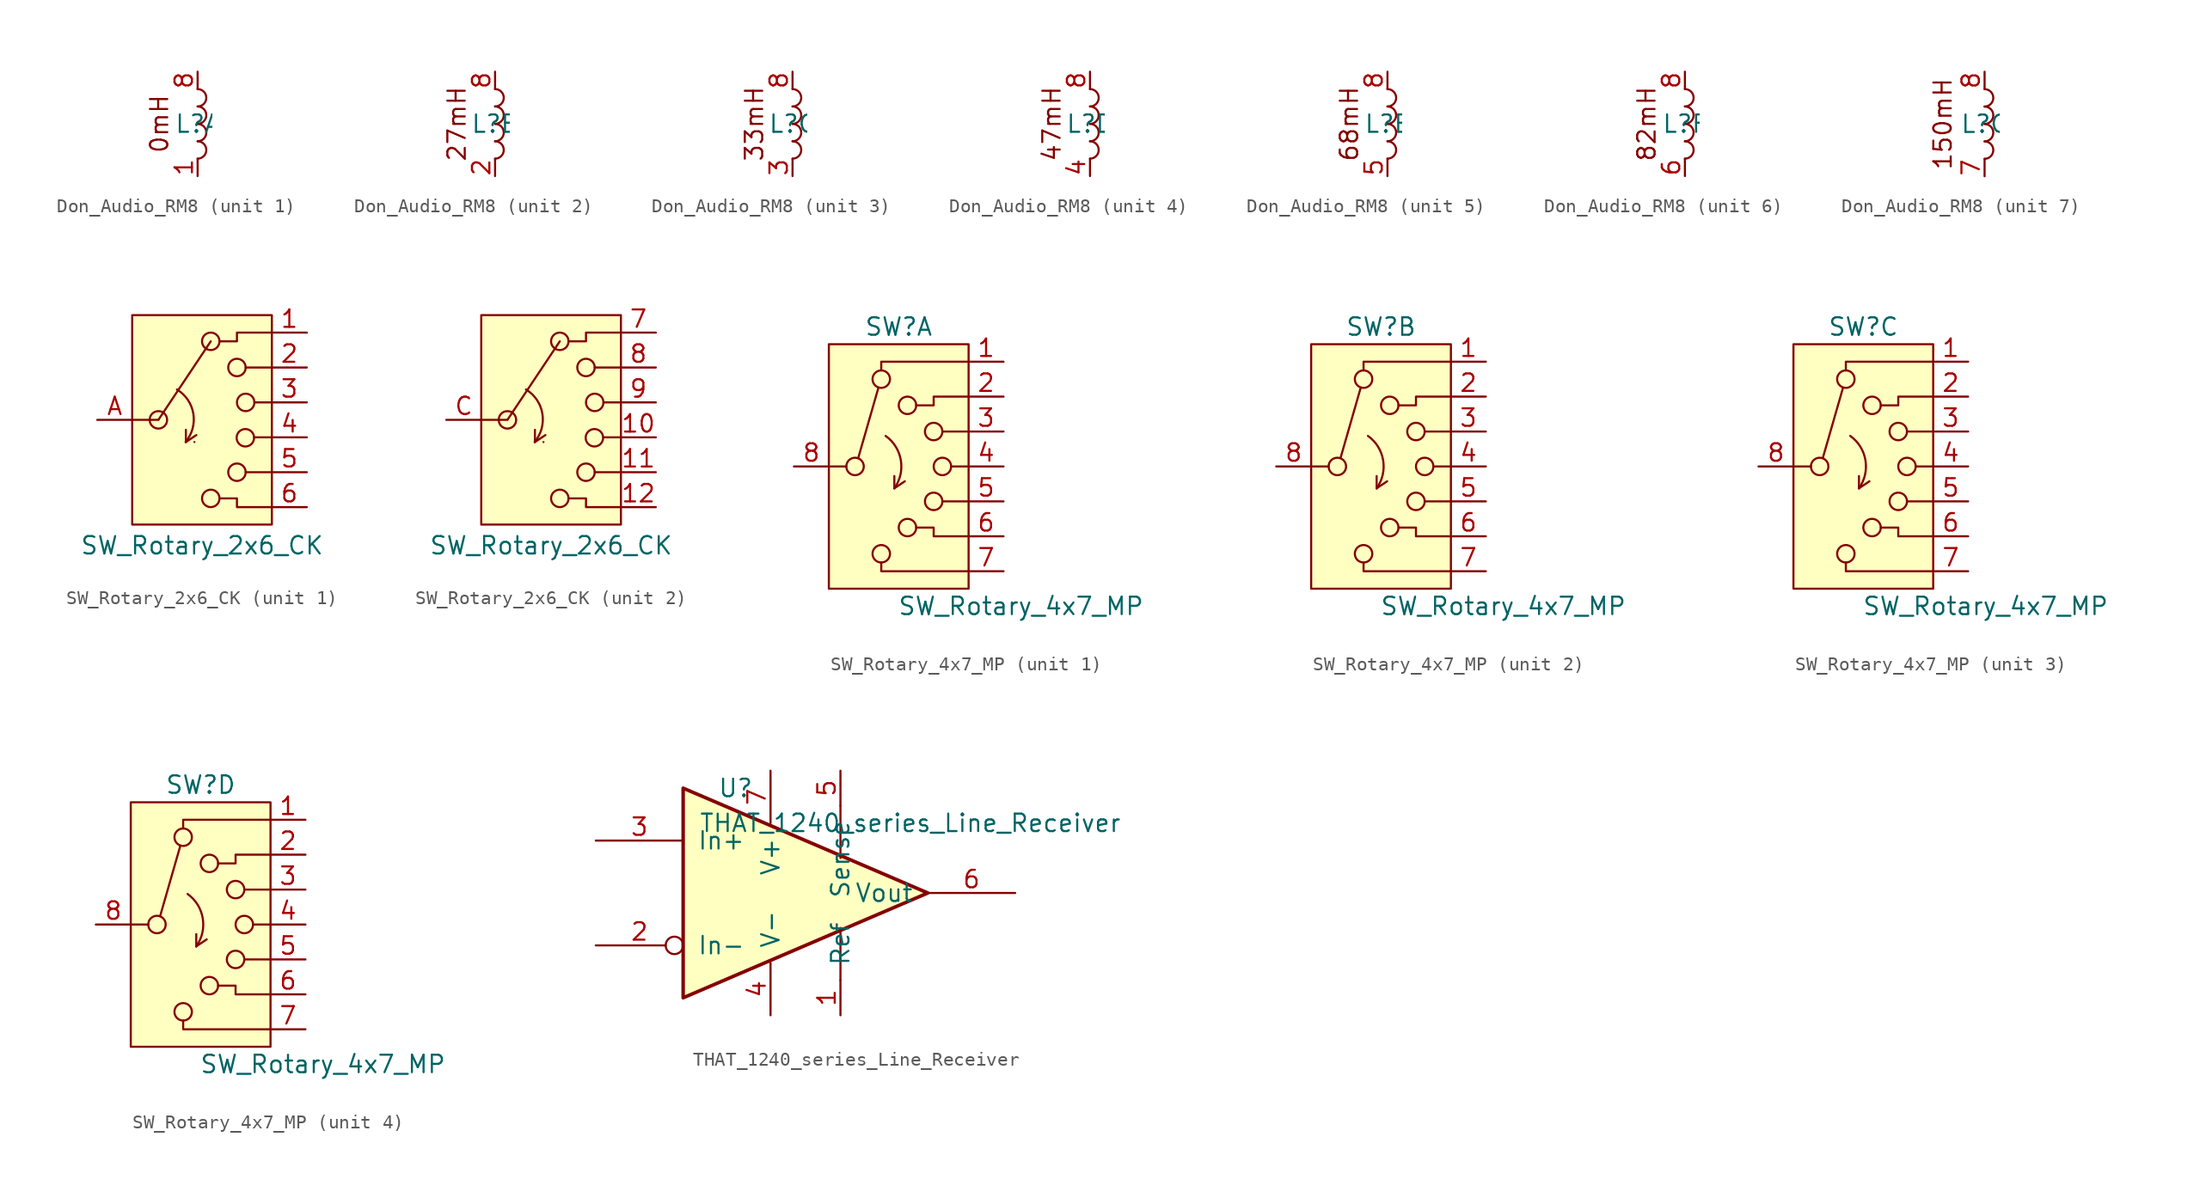
<source format=kicad_sym>
(kicad_symbol_lib
  (version 20241209)
  (generator "kicad_symbol_editor")
  (generator_version "9.0")
  (symbol "Don_Audio_RM8"
    (pin_names
      (hide yes))
    (property "Reference" "L"
      (at 0 0 0)
      (effects (font (size 1.27 1.27))))
    (property "Value" ""
      (at 0 0 0)
      (effects (font (size 1.27 1.27))))
    (property "ki_locked" ""
      (at 0 0 0)
      (effects (font (size 1.27 1.27))))
    (symbol "Don_Audio_RM8_0_1"
      (arc (start 0 2.54) (mid 0.6323 1.905) (end 0 1.27) (stroke (width 0) (type default)) (fill (type none)))
      (arc (start 0 1.27) (mid 0.6323 0.635) (end 0 0) (stroke (width 0) (type default)) (fill (type none)))
      (arc (start 0 0) (mid 0.6323 -0.635) (end 0 -1.27) (stroke (width 0) (type default)) (fill (type none)))
      (arc (start 0 -1.27) (mid 0.6323 -1.905) (end 0 -2.54) (stroke (width 0) (type default)) (fill (type none))))
    (symbol "Don_Audio_RM8_1_1"
      (text "0mH" (at -2.794 0 900) (effects (font (size 1.27 1.27))))
      (pin passive line (at 0 3.81 270) (length 1.27) (name "8" (effects (font (size 1.27 1.27)))) (number "8" (effects (font (size 1.27 1.27)))))
      (pin passive line (at 0 -3.81 90) (length 1.27) (name "1" (effects (font (size 1.27 1.27)))) (number "1" (effects (font (size 1.27 1.27))))))
    (symbol "Don_Audio_RM8_2_1"
      (text "27mH" (at -2.794 0 900) (effects (font (size 1.27 1.27))))
      (pin passive line (at 0 3.81 270) (length 1.27) (name "8" (effects (font (size 1.27 1.27)))) (number "8" (effects (font (size 1.27 1.27)))))
      (pin passive line (at 0 -3.81 90) (length 1.27) (name "2" (effects (font (size 1.27 1.27)))) (number "2" (effects (font (size 1.27 1.27))))))
    (symbol "Don_Audio_RM8_3_1"
      (text "33mH" (at -2.794 0 900) (effects (font (size 1.27 1.27))))
      (pin passive line (at 0 3.81 270) (length 1.27) (name "8" (effects (font (size 1.27 1.27)))) (number "8" (effects (font (size 1.27 1.27)))))
      (pin passive line (at 0 -3.81 90) (length 1.27) (name "3" (effects (font (size 1.27 1.27)))) (number "3" (effects (font (size 1.27 1.27))))))
    (symbol "Don_Audio_RM8_4_1"
      (text "47mH" (at -2.794 0 900) (effects (font (size 1.27 1.27))))
      (pin passive line (at 0 3.81 270) (length 1.27) (name "8" (effects (font (size 1.27 1.27)))) (number "8" (effects (font (size 1.27 1.27)))))
      (pin passive line (at 0 -3.81 90) (length 1.27) (name "4" (effects (font (size 1.27 1.27)))) (number "4" (effects (font (size 1.27 1.27))))))
    (symbol "Don_Audio_RM8_5_1"
      (text "68mH" (at -2.794 0 900) (effects (font (size 1.27 1.27))))
      (pin passive line (at 0 3.81 270) (length 1.27) (name "8" (effects (font (size 1.27 1.27)))) (number "8" (effects (font (size 1.27 1.27)))))
      (pin passive line (at 0 -3.81 90) (length 1.27) (name "5" (effects (font (size 1.27 1.27)))) (number "5" (effects (font (size 1.27 1.27))))))
    (symbol "Don_Audio_RM8_6_1"
      (text "82mH" (at -2.794 0 900) (effects (font (size 1.27 1.27))))
      (pin passive line (at 0 3.81 270) (length 1.27) (name "8" (effects (font (size 1.27 1.27)))) (number "8" (effects (font (size 1.27 1.27)))))
      (pin passive line (at 0 -3.81 90) (length 1.27) (name "6" (effects (font (size 1.27 1.27)))) (number "6" (effects (font (size 1.27 1.27))))))
    (symbol "Don_Audio_RM8_7_1"
      (text "150mH" (at -3.048 0 900) (effects (font (size 1.27 1.27))))
      (pin passive line (at 0 3.81 270) (length 1.27) (name "8" (effects (font (size 1.27 1.27)))) (number "8" (effects (font (size 1.27 1.27)))))
      (pin passive line (at 0 -3.81 90) (length 1.27) (name "7" (effects (font (size 1.27 1.27)))) (number "7" (effects (font (size 1.27 1.27)))))))
  (symbol "SW_Rotary_2x6_CK"
    (pin_names
      (hide yes))
    (property "Reference" "SW"
      (at 0 8.636 0)
      (effects (font (size 1.27 1.27)) (hide yes)))
    (property "Value" "SW_Rotary_2x6_CK"
      (at 0 -9.144 0)
      (effects (font (size 1.27 1.27))))
    (symbol "SW_Rotary_2x6_CK_0_1"
      (polyline (pts (xy -5.08 0) (xy -3.175 0)) (stroke (width 0) (type default)) (fill (type none)))
      (circle (center -3.175 0) (radius 0.635) (stroke (width 0) (type default)) (fill (type none)))
      (polyline (pts (xy -3.159 0.024) (xy 0.635 5.715)) (stroke (width 0) (type default)) (fill (type none)))
      (arc (start -1.827 2.21) (mid -0.6324 0.4512) (end -1.192 -1.6) (stroke (width 0) (type default)) (fill (type none)))
      (polyline (pts (xy -1.189 -1.615) (xy -1.189 -1.615)) (stroke (width 0) (type default)) (fill (type none)))
      (polyline (pts (xy -1.175 -1.614) (xy -1.175 -0.725)) (stroke (width 0) (type default)) (fill (type none)))
      (polyline (pts (xy -1.175 -1.614) (xy -0.413 -1.106)) (stroke (width 0) (type default)) (fill (type none)))
      (polyline (pts (xy -0.554 -1.615) (xy -0.554 -1.615)) (stroke (width 0) (type default)) (fill (type none)))
      (circle (center 0.635 5.715) (radius 0.635) (stroke (width 0) (type default)) (fill (type none)))
      (circle (center 0.635 -5.715) (radius 0.635) (stroke (width 0) (type default)) (fill (type none)))
      (circle (center 2.54 3.81) (radius 0.635) (stroke (width 0) (type default)) (fill (type none)))
      (circle (center 2.54 -3.81) (radius 0.635) (stroke (width 0) (type default)) (fill (type none)))
      (circle (center 3.151 -1.303) (radius 0.635) (stroke (width 0) (type default)) (fill (type none)))
      (circle (center 3.175 1.27) (radius 0.635) (stroke (width 0) (type default)) (fill (type none)))
      (polyline (pts (xy 5.08 6.35) (xy 2.54 6.35) (xy 2.54 5.715) (xy 1.27 5.715)) (stroke (width 0) (type default)) (fill (type none)))
      (polyline (pts (xy 5.08 3.81) (xy 3.175 3.81)) (stroke (width 0) (type default)) (fill (type none)))
      (polyline (pts (xy 5.08 1.27) (xy 3.81 1.27)) (stroke (width 0) (type default)) (fill (type none)))
      (polyline (pts (xy 5.08 -1.27) (xy 3.81 -1.27)) (stroke (width 0) (type default)) (fill (type none)))
      (polyline (pts (xy 5.08 -3.81) (xy 3.175 -3.81)) (stroke (width 0) (type default)) (fill (type none)))
      (polyline (pts (xy 5.08 -6.35) (xy 2.54 -6.35) (xy 2.54 -5.715) (xy 1.27 -5.715)) (stroke (width 0) (type default)) (fill (type none))))
    (symbol "SW_Rotary_2x6_CK_1_1"
      (polyline (pts (xy -5.08 7.62) (xy 5.08 7.62) (xy 5.08 -7.62) (xy -5.08 -7.62) (xy -5.08 7.62) (xy -5.08 7.62)) (stroke (width 0) (type default)) (fill (type background)))
      (pin passive line (at -7.62 0 0) (length 2.54) (name "A" (effects (font (size 1.27 1.27)))) (number "A" (effects (font (size 1.27 1.27)))))
      (pin passive line (at 7.62 6.35 180) (length 2.54) (name "1" (effects (font (size 1.27 1.27)))) (number "1" (effects (font (size 1.27 1.27)))))
      (pin passive line (at 7.62 3.81 180) (length 2.54) (name "2" (effects (font (size 1.27 1.27)))) (number "2" (effects (font (size 1.27 1.27)))))
      (pin passive line (at 7.62 1.27 180) (length 2.54) (name "3" (effects (font (size 1.27 1.27)))) (number "3" (effects (font (size 1.27 1.27)))))
      (pin passive line (at 7.62 -1.27 180) (length 2.54) (name "4" (effects (font (size 1.27 1.27)))) (number "4" (effects (font (size 1.27 1.27)))))
      (pin passive line (at 7.62 -3.81 180) (length 2.54) (name "5" (effects (font (size 1.27 1.27)))) (number "5" (effects (font (size 1.27 1.27)))))
      (pin passive line (at 7.62 -6.35 180) (length 2.54) (name "6" (effects (font (size 1.27 1.27)))) (number "6" (effects (font (size 1.27 1.27))))))
    (symbol "SW_Rotary_2x6_CK_2_1"
      (polyline (pts (xy -5.08 7.62) (xy 5.08 7.62) (xy 5.08 -7.62) (xy -5.08 -7.62) (xy -5.08 7.62) (xy -5.08 7.62)) (stroke (width 0) (type default)) (fill (type background)))
      (pin passive line (at -7.62 0 0) (length 2.54) (name "C" (effects (font (size 1.27 1.27)))) (number "C" (effects (font (size 1.27 1.27)))))
      (pin passive line (at 7.62 6.35 180) (length 2.54) (name "7" (effects (font (size 1.27 1.27)))) (number "7" (effects (font (size 1.27 1.27)))))
      (pin passive line (at 7.62 3.81 180) (length 2.54) (name "8" (effects (font (size 1.27 1.27)))) (number "8" (effects (font (size 1.27 1.27)))))
      (pin passive line (at 7.62 1.27 180) (length 2.54) (name "9" (effects (font (size 1.27 1.27)))) (number "9" (effects (font (size 1.27 1.27)))))
      (pin passive line (at 7.62 -1.27 180) (length 2.54) (name "10" (effects (font (size 1.27 1.27)))) (number "10" (effects (font (size 1.27 1.27)))))
      (pin passive line (at 7.62 -3.81 180) (length 2.54) (name "11" (effects (font (size 1.27 1.27)))) (number "11" (effects (font (size 1.27 1.27)))))
      (pin passive line (at 7.62 -6.35 180) (length 2.54) (name "12" (effects (font (size 1.27 1.27)))) (number "12" (effects (font (size 1.27 1.27)))))))
  (symbol "SW_Rotary_4x7_MP"
    (pin_names
      (offset 0.002)
      (hide yes))
    (property "Reference" "SW"
      (at 0 10.16 0)
      (effects (font (size 1.27 1.27))))
    (property "Value" "SW_Rotary_4x7_MP"
      (at 8.89 -10.16 0)
      (effects (font (size 1.27 1.27))))
    (symbol "SW_Rotary_4x7_MP_0_1"
      (polyline (pts (xy -5.08 0) (xy -3.81 0)) (stroke (width 0) (type default)) (fill (type none)))
      (circle (center -3.175 0) (radius 0.635) (stroke (width 0) (type default)) (fill (type none)))
      (polyline (pts (xy -2.946 0.61) (xy -1.473 5.74)) (stroke (width 0) (type default)) (fill (type none)))
      (arc (start -0.9526 2.2225) (mid 0.154 0.449) (end -0.3176 -1.5875) (stroke (width 0) (type default)) (fill (type none)))
      (circle (center -1.27 6.35) (radius 0.635) (stroke (width 0) (type default)) (fill (type none)))
      (circle (center -1.27 -6.35) (radius 0.635) (stroke (width 0) (type default)) (fill (type none)))
      (polyline (pts (xy -0.318 -1.587) (xy -0.318 -0.699)) (stroke (width 0) (type default)) (fill (type none)))
      (polyline (pts (xy -0.318 -1.587) (xy -0.318 -1.587)) (stroke (width 0) (type default)) (fill (type none)))
      (polyline (pts (xy -0.318 -1.587) (xy 0.444 -1.079)) (stroke (width 0) (type default)) (fill (type none)))
      (circle (center 0.635 4.445) (radius 0.635) (stroke (width 0) (type default)) (fill (type none)))
      (circle (center 0.635 -4.445) (radius 0.635) (stroke (width 0) (type default)) (fill (type none)))
      (circle (center 2.54 2.54) (radius 0.635) (stroke (width 0) (type default)) (fill (type none)))
      (circle (center 2.54 -2.54) (radius 0.635) (stroke (width 0) (type default)) (fill (type none)))
      (circle (center 3.175 0) (radius 0.635) (stroke (width 0) (type default)) (fill (type none)))
      (polyline (pts (xy 5.08 7.62) (xy -1.27 7.62) (xy -1.27 7.62) (xy -1.27 6.985)) (stroke (width 0) (type default)) (fill (type none)))
      (polyline (pts (xy 5.08 5.08) (xy 2.54 5.08) (xy 2.54 4.445) (xy 1.27 4.445)) (stroke (width 0) (type default)) (fill (type none)))
      (polyline (pts (xy 5.08 2.54) (xy 3.175 2.54)) (stroke (width 0) (type default)) (fill (type none)))
      (polyline (pts (xy 5.08 0) (xy 3.81 0)) (stroke (width 0) (type default)) (fill (type none)))
      (polyline (pts (xy 5.08 -2.54) (xy 3.175 -2.54)) (stroke (width 0) (type default)) (fill (type none)))
      (polyline (pts (xy 5.08 -5.08) (xy 2.54 -5.08) (xy 2.54 -4.445) (xy 1.27 -4.445)) (stroke (width 0) (type default)) (fill (type none)))
      (polyline (pts (xy 5.08 -7.62) (xy -1.27 -7.62) (xy -1.27 -7.62) (xy -1.27 -6.985)) (stroke (width 0) (type default)) (fill (type none))))
    (symbol "SW_Rotary_4x7_MP_1_1"
      (polyline (pts (xy -5.08 8.89) (xy 5.08 8.89) (xy 5.08 -8.89) (xy -5.08 -8.89) (xy -5.08 8.89) (xy -5.08 8.89)) (stroke (width 0) (type default)) (fill (type background)))
      (pin passive line (at -7.62 0 0) (length 2.54) (name "" (effects (font (size 1.27 1.27)))) (number "8" (effects (font (size 1.27 1.27)))))
      (pin passive line (at 7.62 7.62 180) (length 2.54) (name "" (effects (font (size 1.27 1.27)))) (number "1" (effects (font (size 1.27 1.27)))))
      (pin passive line (at 7.62 5.08 180) (length 2.54) (name "" (effects (font (size 1.27 1.27)))) (number "2" (effects (font (size 1.27 1.27)))))
      (pin passive line (at 7.62 2.54 180) (length 2.54) (name "" (effects (font (size 1.27 1.27)))) (number "3" (effects (font (size 1.27 1.27)))))
      (pin passive line (at 7.62 0 180) (length 2.54) (name "" (effects (font (size 1.27 1.27)))) (number "4" (effects (font (size 1.27 1.27)))))
      (pin passive line (at 7.62 -2.54 180) (length 2.54) (name "" (effects (font (size 1.27 1.27)))) (number "5" (effects (font (size 1.27 1.27)))))
      (pin passive line (at 7.62 -5.08 180) (length 2.54) (name "" (effects (font (size 1.27 1.27)))) (number "6" (effects (font (size 1.27 1.27)))))
      (pin passive line (at 7.62 -7.62 180) (length 2.54) (name "" (effects (font (size 1.27 1.27)))) (number "7" (effects (font (size 1.27 1.27))))))
    (symbol "SW_Rotary_4x7_MP_2_1"
      (polyline (pts (xy -5.08 8.89) (xy 5.08 8.89) (xy 5.08 -8.89) (xy -5.08 -8.89) (xy -5.08 8.89) (xy -5.08 8.89)) (stroke (width 0) (type default)) (fill (type background)))
      (pin passive line (at -7.62 0 0) (length 2.54) (name "" (effects (font (size 1.27 1.27)))) (number "8" (effects (font (size 1.27 1.27)))))
      (pin passive line (at 7.62 7.62 180) (length 2.54) (name "" (effects (font (size 1.27 1.27)))) (number "1" (effects (font (size 1.27 1.27)))))
      (pin passive line (at 7.62 5.08 180) (length 2.54) (name "" (effects (font (size 1.27 1.27)))) (number "2" (effects (font (size 1.27 1.27)))))
      (pin passive line (at 7.62 2.54 180) (length 2.54) (name "" (effects (font (size 1.27 1.27)))) (number "3" (effects (font (size 1.27 1.27)))))
      (pin passive line (at 7.62 0 180) (length 2.54) (name "" (effects (font (size 1.27 1.27)))) (number "4" (effects (font (size 1.27 1.27)))))
      (pin passive line (at 7.62 -2.54 180) (length 2.54) (name "" (effects (font (size 1.27 1.27)))) (number "5" (effects (font (size 1.27 1.27)))))
      (pin passive line (at 7.62 -5.08 180) (length 2.54) (name "" (effects (font (size 1.27 1.27)))) (number "6" (effects (font (size 1.27 1.27)))))
      (pin passive line (at 7.62 -7.62 180) (length 2.54) (name "" (effects (font (size 1.27 1.27)))) (number "7" (effects (font (size 1.27 1.27))))))
    (symbol "SW_Rotary_4x7_MP_3_1"
      (polyline (pts (xy -5.08 8.89) (xy 5.08 8.89) (xy 5.08 -8.89) (xy -5.08 -8.89) (xy -5.08 8.89) (xy -5.08 8.89)) (stroke (width 0) (type default)) (fill (type background)))
      (pin passive line (at -7.62 0 0) (length 2.54) (name "" (effects (font (size 1.27 1.27)))) (number "8" (effects (font (size 1.27 1.27)))))
      (pin passive line (at 7.62 7.62 180) (length 2.54) (name "" (effects (font (size 1.27 1.27)))) (number "1" (effects (font (size 1.27 1.27)))))
      (pin passive line (at 7.62 5.08 180) (length 2.54) (name "" (effects (font (size 1.27 1.27)))) (number "2" (effects (font (size 1.27 1.27)))))
      (pin passive line (at 7.62 2.54 180) (length 2.54) (name "" (effects (font (size 1.27 1.27)))) (number "3" (effects (font (size 1.27 1.27)))))
      (pin passive line (at 7.62 0 180) (length 2.54) (name "" (effects (font (size 1.27 1.27)))) (number "4" (effects (font (size 1.27 1.27)))))
      (pin passive line (at 7.62 -2.54 180) (length 2.54) (name "" (effects (font (size 1.27 1.27)))) (number "5" (effects (font (size 1.27 1.27)))))
      (pin passive line (at 7.62 -5.08 180) (length 2.54) (name "" (effects (font (size 1.27 1.27)))) (number "6" (effects (font (size 1.27 1.27)))))
      (pin passive line (at 7.62 -7.62 180) (length 2.54) (name "" (effects (font (size 1.27 1.27)))) (number "7" (effects (font (size 1.27 1.27))))))
    (symbol "SW_Rotary_4x7_MP_4_1"
      (polyline (pts (xy -5.08 8.89) (xy 5.08 8.89) (xy 5.08 -8.89) (xy -5.08 -8.89) (xy -5.08 8.89) (xy -5.08 8.89)) (stroke (width 0) (type default)) (fill (type background)))
      (pin passive line (at -7.62 0 0) (length 2.54) (name "" (effects (font (size 1.27 1.27)))) (number "8" (effects (font (size 1.27 1.27)))))
      (pin passive line (at 7.62 7.62 180) (length 2.54) (name "" (effects (font (size 1.27 1.27)))) (number "1" (effects (font (size 1.27 1.27)))))
      (pin passive line (at 7.62 5.08 180) (length 2.54) (name "" (effects (font (size 1.27 1.27)))) (number "2" (effects (font (size 1.27 1.27)))))
      (pin passive line (at 7.62 2.54 180) (length 2.54) (name "" (effects (font (size 1.27 1.27)))) (number "3" (effects (font (size 1.27 1.27)))))
      (pin passive line (at 7.62 0 180) (length 2.54) (name "" (effects (font (size 1.27 1.27)))) (number "4" (effects (font (size 1.27 1.27)))))
      (pin passive line (at 7.62 -2.54 180) (length 2.54) (name "" (effects (font (size 1.27 1.27)))) (number "5" (effects (font (size 1.27 1.27)))))
      (pin passive line (at 7.62 -5.08 180) (length 2.54) (name "" (effects (font (size 1.27 1.27)))) (number "6" (effects (font (size 1.27 1.27)))))
      (pin passive line (at 7.62 -7.62 180) (length 2.54) (name "" (effects (font (size 1.27 1.27)))) (number "7" (effects (font (size 1.27 1.27)))))))
  (symbol "THAT_1240_series_Line_Receiver"
    (pin_names
      (offset 1.016))
    (property "Reference" "U"
      (at -7.62 7.62 0)
      (effects (font (size 1.27 1.27))))
    (property "Value" "THAT_1240_series_Line_Receiver"
      (at 5.08 5.08 0)
      (effects (font (size 1.27 1.27))))
    (symbol "THAT_1240_series_Line_Receiver_0_1"
      (polyline (pts (xy 0 6.35) (xy 0 2.54)) (stroke (width 0) (type default)) (fill (type none)))
      (polyline (pts (xy 0 -6.35) (xy 0 -2.54)) (stroke (width 0) (type default)) (fill (type none))))
    (symbol "THAT_1240_series_Line_Receiver_1_1"
      (polyline (pts (xy -11.43 7.62) (xy -11.43 -7.62) (xy 6.35 0) (xy -11.43 7.62)) (stroke (width 0.254) (type solid)) (fill (type color) (color 255 255 194 1)))
      (pin input line (at -17.78 3.81 0) (length 6.35) (name "In+" (effects (font (size 1.27 1.27)))) (number "3" (effects (font (size 1.27 1.27)))))
      (pin input inverted (at -17.78 -3.81 0) (length 6.35) (name "In-" (effects (font (size 1.27 1.27)))) (number "2" (effects (font (size 1.27 1.27)))))
      (pin power_in line (at -5.08 8.89 270) (length 3.81) (name "V+" (effects (font (size 1.27 1.27)))) (number "7" (effects (font (size 1.27 1.27)))))
      (pin power_in line (at -5.08 -8.89 90) (length 3.81) (name "V-" (effects (font (size 1.27 1.27)))) (number "4" (effects (font (size 1.27 1.27)))))
      (pin input line (at 0 8.89 270) (length 2.54) (name "Sense" (effects (font (size 1.27 1.27)))) (number "5" (effects (font (size 1.27 1.27)))))
      (pin input line (at 0 -8.89 90) (length 2.54) (name "Ref" (effects (font (size 1.27 1.27)))) (number "1" (effects (font (size 1.27 1.27)))))
      (pin tri_state line (at 12.7 0 180) (length 6.35) (name "Vout" (effects (font (size 1.27 1.27)))) (number "6" (effects (font (size 1.27 1.27)))))
      (pin no_connect line (at 12.7 -5.08 0) (length 2.54) (hide yes) (name "NC" (effects (font (size 1.27 1.27)))) (number "8" (effects (font (size 1.27 1.27))))))))
</source>
